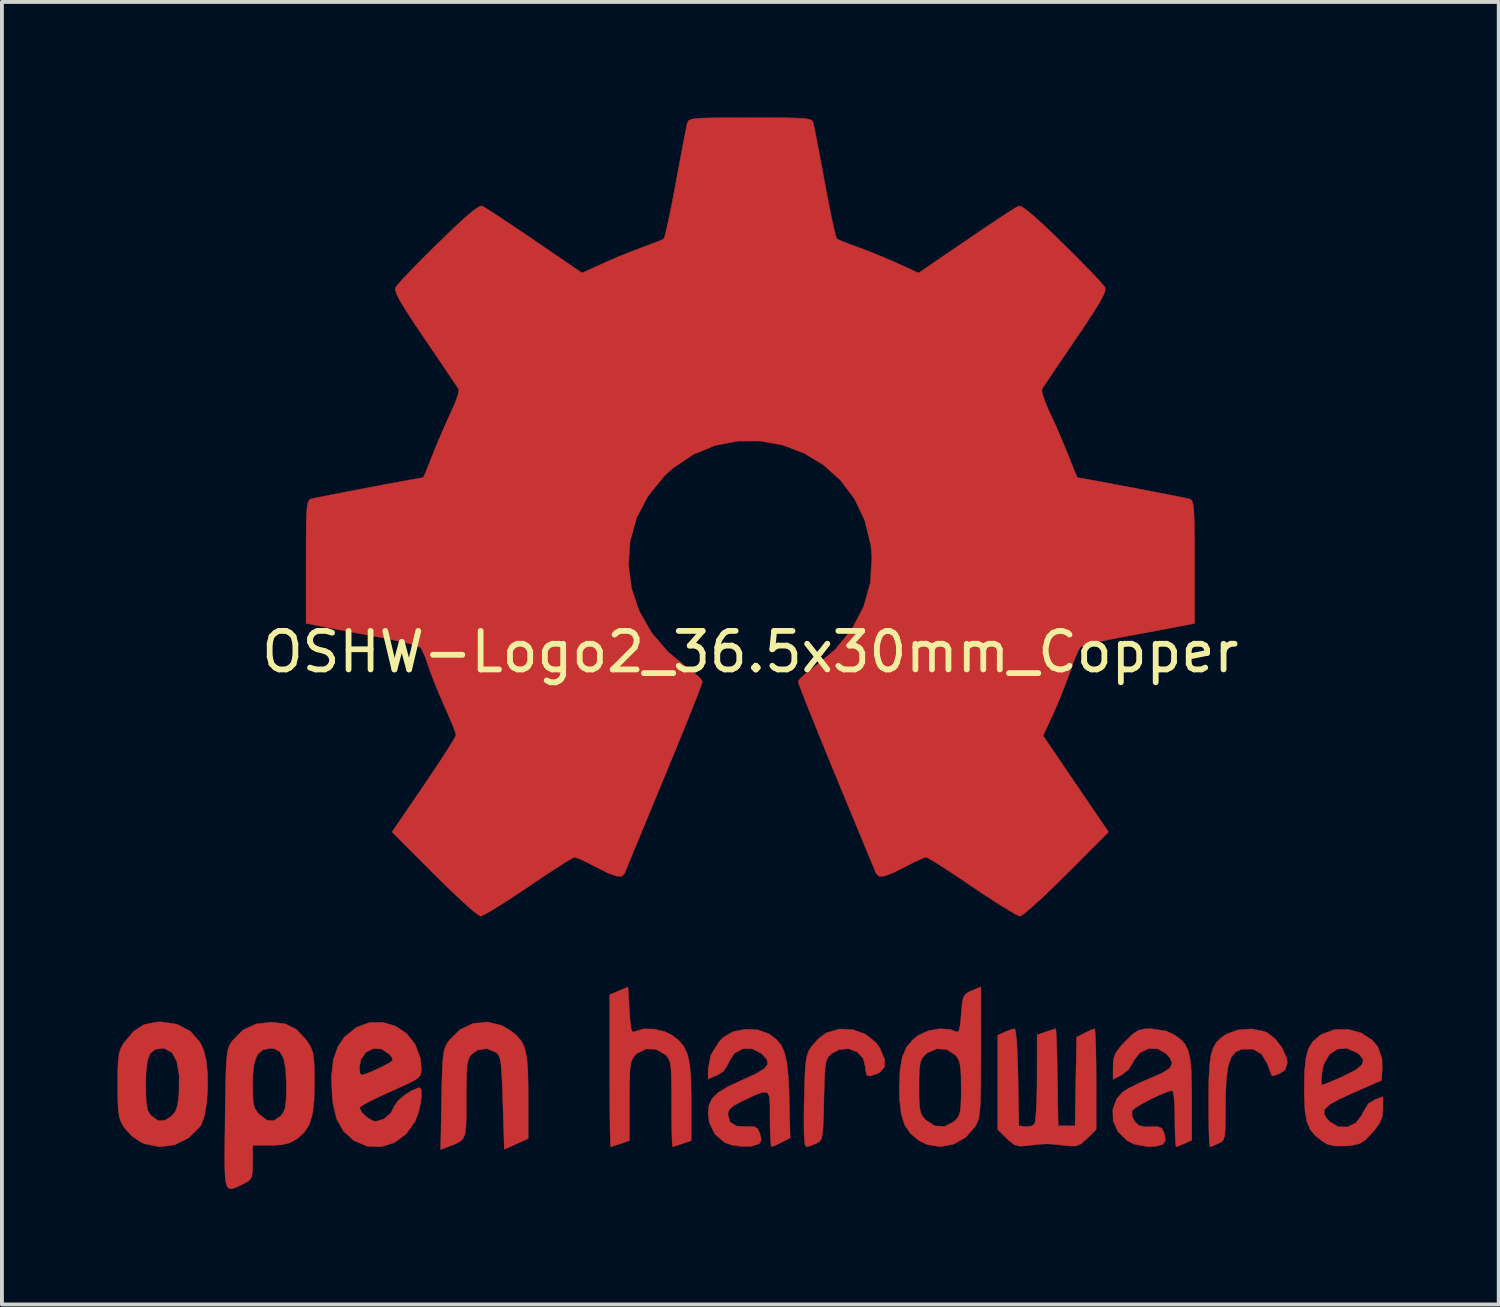
<source format=kicad_pcb>
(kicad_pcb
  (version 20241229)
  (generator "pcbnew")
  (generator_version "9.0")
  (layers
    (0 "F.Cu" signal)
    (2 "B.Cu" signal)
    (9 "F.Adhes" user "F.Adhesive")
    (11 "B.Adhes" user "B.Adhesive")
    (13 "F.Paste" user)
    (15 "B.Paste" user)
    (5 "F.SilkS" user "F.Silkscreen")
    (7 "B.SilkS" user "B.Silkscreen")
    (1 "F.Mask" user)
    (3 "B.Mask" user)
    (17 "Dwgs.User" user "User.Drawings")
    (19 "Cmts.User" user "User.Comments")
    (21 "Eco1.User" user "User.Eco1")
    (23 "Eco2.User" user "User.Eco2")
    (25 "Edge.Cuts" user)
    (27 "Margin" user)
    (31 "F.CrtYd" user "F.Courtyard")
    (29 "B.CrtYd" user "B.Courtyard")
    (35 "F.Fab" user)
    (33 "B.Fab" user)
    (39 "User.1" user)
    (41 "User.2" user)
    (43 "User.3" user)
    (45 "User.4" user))
  (footprint "OSHW-Logo2_36.5x30mm_Copper"
    (layer "F.Cu")
    (at 16.427 13.873)
    (property "Reference" "OSHW-Logo2_36.5x30mm_Copper" (at 0 0 0) (layer "F.SilkS") (effects (font (size 1 1) (thickness 0.15))))
    (attr exclude_from_pos_files exclude_from_bom allow_missing_courtyard)
    (fp_poly (pts (xy 13.339 9.85) (xy 13.426 9.888) (xy 13.635 10.053) (xy 13.813 10.292) (xy 13.923 10.546) (xy 13.941 10.671) (xy 13.881 10.847) (xy 13.749 10.939) (xy 13.608 10.995) (xy 13.543 11.006) (xy 13.511 10.931) (xy 13.449 10.767) (xy 13.422 10.694) (xy 13.269 10.438) (xy 13.047 10.311) (xy 12.763 10.315) (xy 12.742 10.32) (xy 12.59 10.392) (xy 12.479 10.532) (xy 12.403 10.758) (xy 12.357 11.086) (xy 12.337 11.535) (xy 12.335 11.774) (xy 12.334 12.15) (xy 12.328 12.406) (xy 12.312 12.569) (xy 12.281 12.665) (xy 12.23 12.719) (xy 12.154 12.759) (xy 12.149 12.761) (xy 12.003 12.823) (xy 11.93 12.846) (xy 11.919 12.777) (xy 11.909 12.587) (xy 11.902 12.299) (xy 11.898 11.938) (xy 11.897 11.675) (xy 11.901 11.164) (xy 11.918 10.777) (xy 11.954 10.49) (xy 12.014 10.281) (xy 12.105 10.128) (xy 12.232 10.008) (xy 12.357 9.923) (xy 12.658 9.812) (xy 13.009 9.786) (xy 13.339 9.85)) (stroke (width 0.01) (type solid)) (fill yes) (layer "F.Cu"))
    (fp_poly (pts (xy -6.456 9.694) (xy -6.222 9.83) (xy -6.059 9.964) (xy -5.94 10.105) (xy -5.858 10.277) (xy -5.806 10.506) (xy -5.778 10.816) (xy -5.767 11.233) (xy -5.766 11.532) (xy -5.766 12.634) (xy -6.076 12.773) (xy -6.386 12.912) (xy -6.423 11.705) (xy -6.438 11.254) (xy -6.454 10.927) (xy -6.473 10.701) (xy -6.5 10.554) (xy -6.536 10.464) (xy -6.585 10.407) (xy -6.601 10.395) (xy -6.84 10.299) (xy -7.082 10.337) (xy -7.226 10.437) (xy -7.284 10.508) (xy -7.325 10.602) (xy -7.351 10.743) (xy -7.365 10.958) (xy -7.371 11.274) (xy -7.372 11.603) (xy -7.372 12.015) (xy -7.379 12.307) (xy -7.403 12.504) (xy -7.453 12.631) (xy -7.539 12.714) (xy -7.67 12.779) (xy -7.846 12.846) (xy -8.038 12.919) (xy -8.015 11.623) (xy -8.006 11.156) (xy -7.995 10.811) (xy -7.98 10.564) (xy -7.956 10.39) (xy -7.922 10.266) (xy -7.874 10.168) (xy -7.816 10.081) (xy -7.537 9.804) (xy -7.196 9.644) (xy -6.825 9.606) (xy -6.456 9.694)) (stroke (width 0.01) (type solid)) (fill yes) (layer "F.Cu"))
    (fp_poly (pts (xy 2.665 9.805) (xy 2.996 9.927) (xy 3.265 10.144) (xy 3.37 10.296) (xy 3.485 10.575) (xy 3.482 10.778) (xy 3.362 10.913) (xy 3.318 10.937) (xy 3.126 11.009) (xy 3.027 10.99) (xy 2.994 10.869) (xy 2.993 10.802) (xy 2.932 10.556) (xy 2.773 10.384) (xy 2.553 10.301) (xy 2.307 10.322) (xy 2.107 10.431) (xy 2.039 10.493) (xy 1.991 10.568) (xy 1.959 10.681) (xy 1.938 10.859) (xy 1.924 11.125) (xy 1.913 11.505) (xy 1.911 11.626) (xy 1.901 12.038) (xy 1.889 12.328) (xy 1.872 12.52) (xy 1.846 12.637) (xy 1.804 12.705) (xy 1.745 12.746) (xy 1.707 12.764) (xy 1.544 12.826) (xy 1.449 12.846) (xy 1.417 12.778) (xy 1.398 12.572) (xy 1.391 12.225) (xy 1.396 11.735) (xy 1.398 11.66) (xy 1.409 11.213) (xy 1.422 10.887) (xy 1.44 10.656) (xy 1.468 10.495) (xy 1.508 10.377) (xy 1.564 10.278) (xy 1.593 10.236) (xy 1.762 10.048) (xy 1.95 9.902) (xy 1.973 9.889) (xy 2.31 9.788) (xy 2.665 9.805)) (stroke (width 0.01) (type solid)) (fill yes) (layer "F.Cu"))
    (fp_poly (pts (xy 8.95 9.85) (xy 8.961 10.042) (xy 8.97 10.333) (xy 8.976 10.702) (xy 8.978 11.089) (xy 8.978 12.397) (xy 8.747 12.628) (xy 8.587 12.77) (xy 8.448 12.828) (xy 8.257 12.824) (xy 8.181 12.815) (xy 7.944 12.788) (xy 7.748 12.772) (xy 7.7 12.771) (xy 7.539 12.78) (xy 7.309 12.804) (xy 7.22 12.815) (xy 7 12.832) (xy 6.853 12.795) (xy 6.707 12.68) (xy 6.654 12.628) (xy 6.423 12.397) (xy 6.423 9.95) (xy 6.609 9.865) (xy 6.769 9.802) (xy 6.863 9.78) (xy 6.887 9.85) (xy 6.909 10.044) (xy 6.928 10.341) (xy 6.943 10.72) (xy 6.95 11.04) (xy 6.97 12.299) (xy 7.145 12.323) (xy 7.303 12.306) (xy 7.381 12.25) (xy 7.402 12.146) (xy 7.421 11.924) (xy 7.435 11.612) (xy 7.443 11.239) (xy 7.444 11.047) (xy 7.445 9.941) (xy 7.675 9.861) (xy 7.837 9.806) (xy 7.926 9.781) (xy 7.928 9.78) (xy 7.937 9.85) (xy 7.947 10.041) (xy 7.957 10.331) (xy 7.966 10.697) (xy 7.972 11.04) (xy 7.992 12.299) (xy 8.43 12.299) (xy 8.45 11.15) (xy 8.47 10.001) (xy 8.684 9.891) (xy 8.841 9.815) (xy 8.935 9.781) (xy 8.937 9.78) (xy 8.95 9.85)) (stroke (width 0.01) (type solid)) (fill yes) (layer "F.Cu"))
    (fp_poly (pts (xy -3.139 9.31) (xy -3.117 9.608) (xy -3.093 9.784) (xy -3.059 9.86) (xy -3.009 9.861) (xy -2.993 9.852) (xy -2.778 9.786) (xy -2.498 9.79) (xy -2.214 9.858) (xy -2.036 9.946) (xy -1.854 10.087) (xy -1.721 10.246) (xy -1.629 10.449) (xy -1.572 10.719) (xy -1.543 11.081) (xy -1.533 11.561) (xy -1.533 11.653) (xy -1.533 12.686) (xy -1.763 12.766) (xy -1.926 12.82) (xy -2.015 12.846) (xy -2.018 12.846) (xy -2.027 12.777) (xy -2.034 12.587) (xy -2.04 12.301) (xy -2.043 11.944) (xy -2.044 11.727) (xy -2.045 11.299) (xy -2.05 10.993) (xy -2.063 10.783) (xy -2.086 10.644) (xy -2.124 10.553) (xy -2.178 10.483) (xy -2.213 10.45) (xy -2.448 10.316) (xy -2.704 10.306) (xy -2.937 10.419) (xy -2.98 10.46) (xy -3.043 10.537) (xy -3.087 10.629) (xy -3.115 10.761) (xy -3.13 10.96) (xy -3.137 11.253) (xy -3.139 11.657) (xy -3.139 12.686) (xy -3.368 12.766) (xy -3.532 12.82) (xy -3.621 12.846) (xy -3.624 12.846) (xy -3.631 12.776) (xy -3.637 12.579) (xy -3.642 12.274) (xy -3.646 11.879) (xy -3.648 11.413) (xy -3.649 10.895) (xy -3.649 10.872) (xy -3.649 8.898) (xy -3.412 8.797) (xy -3.175 8.697) (xy -3.139 9.31)) (stroke (width 0.01) (type solid)) (fill yes) (layer "F.Cu"))
    (fp_poly (pts (xy -14.879 9.665) (xy -14.537 9.845) (xy -14.285 10.134) (xy -14.195 10.321) (xy -14.125 10.6) (xy -14.09 10.953) (xy -14.086 11.338) (xy -14.114 11.715) (xy -14.17 12.041) (xy -14.253 12.275) (xy -14.278 12.315) (xy -14.582 12.616) (xy -14.942 12.796) (xy -15.332 12.849) (xy -15.727 12.767) (xy -15.837 12.718) (xy -16.051 12.568) (xy -16.239 12.368) (xy -16.257 12.343) (xy -16.329 12.22) (xy -16.377 12.09) (xy -16.405 11.918) (xy -16.418 11.672) (xy -16.422 11.319) (xy -16.422 11.24) (xy -16.422 11.215) (xy -15.693 11.215) (xy -15.688 11.548) (xy -15.672 11.769) (xy -15.636 11.912) (xy -15.577 12.01) (xy -15.547 12.043) (xy -15.372 12.168) (xy -15.202 12.162) (xy -15.031 12.054) (xy -14.929 11.938) (xy -14.868 11.77) (xy -14.834 11.504) (xy -14.832 11.473) (xy -14.826 10.99) (xy -14.887 10.632) (xy -15.013 10.4) (xy -15.204 10.297) (xy -15.272 10.291) (xy -15.451 10.32) (xy -15.574 10.418) (xy -15.649 10.606) (xy -15.685 10.903) (xy -15.693 11.215) (xy -16.422 11.215) (xy -16.42 10.864) (xy -16.408 10.601) (xy -16.383 10.419) (xy -16.34 10.285) (xy -16.273 10.167) (xy -16.258 10.145) (xy -16.01 9.848) (xy -15.739 9.675) (xy -15.41 9.607) (xy -15.298 9.603) (xy -14.879 9.665)) (stroke (width 0.01) (type solid)) (fill yes) (layer "F.Cu"))
    (fp_poly (pts (xy 15.859 9.891) (xy 16.147 10.08) (xy 16.287 10.249) (xy 16.397 10.556) (xy 16.406 10.798) (xy 16.386 11.123) (xy 15.638 11.45) (xy 15.274 11.617) (xy 15.036 11.752) (xy 14.913 11.869) (xy 14.891 11.982) (xy 14.96 12.106) (xy 15.036 12.189) (xy 15.256 12.322) (xy 15.495 12.331) (xy 15.716 12.228) (xy 15.877 12.022) (xy 15.906 11.95) (xy 16.045 11.724) (xy 16.204 11.627) (xy 16.422 11.545) (xy 16.422 11.858) (xy 16.403 12.07) (xy 16.327 12.25) (xy 16.169 12.456) (xy 16.145 12.483) (xy 15.969 12.666) (xy 15.817 12.764) (xy 15.627 12.81) (xy 15.47 12.824) (xy 15.189 12.828) (xy 14.988 12.781) (xy 14.863 12.712) (xy 14.667 12.559) (xy 14.531 12.394) (xy 14.445 12.186) (xy 14.398 11.906) (xy 14.381 11.522) (xy 14.379 11.328) (xy 14.384 11.095) (xy 14.825 11.095) (xy 14.83 11.22) (xy 14.843 11.24) (xy 14.927 11.212) (xy 15.108 11.139) (xy 15.349 11.034) (xy 15.4 11.011) (xy 15.706 10.856) (xy 15.874 10.72) (xy 15.911 10.592) (xy 15.822 10.462) (xy 15.749 10.405) (xy 15.486 10.291) (xy 15.239 10.31) (xy 15.032 10.449) (xy 14.889 10.697) (xy 14.843 10.894) (xy 14.825 11.095) (xy 14.384 11.095) (xy 14.389 10.873) (xy 14.423 10.537) (xy 14.492 10.292) (xy 14.604 10.112) (xy 14.767 9.97) (xy 14.838 9.923) (xy 15.162 9.804) (xy 15.516 9.796) (xy 15.859 9.891)) (stroke (width 0.01) (type solid)) (fill yes) (layer "F.Cu"))
    (fp_poly (pts (xy 5.985 10.386) (xy 5.984 10.932) (xy 5.98 11.351) (xy 5.973 11.665) (xy 5.959 11.893) (xy 5.938 12.056) (xy 5.909 12.173) (xy 5.869 12.265) (xy 5.839 12.317) (xy 5.591 12.602) (xy 5.276 12.78) (xy 4.928 12.844) (xy 4.58 12.785) (xy 4.372 12.68) (xy 4.154 12.499) (xy 4.005 12.277) (xy 3.916 11.986) (xy 3.874 11.598) (xy 3.869 11.313) (xy 3.869 11.293) (xy 4.379 11.293) (xy 4.382 11.619) (xy 4.397 11.835) (xy 4.43 11.977) (xy 4.488 12.079) (xy 4.558 12.156) (xy 4.794 12.305) (xy 5.047 12.317) (xy 5.287 12.193) (xy 5.305 12.176) (xy 5.385 12.089) (xy 5.435 11.985) (xy 5.461 11.829) (xy 5.472 11.589) (xy 5.474 11.323) (xy 5.47 10.99) (xy 5.455 10.767) (xy 5.421 10.621) (xy 5.363 10.516) (xy 5.315 10.46) (xy 5.094 10.32) (xy 4.839 10.303) (xy 4.595 10.41) (xy 4.548 10.45) (xy 4.468 10.538) (xy 4.418 10.644) (xy 4.391 10.801) (xy 4.381 11.044) (xy 4.379 11.293) (xy 3.869 11.293) (xy 3.886 10.855) (xy 3.946 10.51) (xy 4.059 10.252) (xy 4.235 10.05) (xy 4.372 9.946) (xy 4.621 9.834) (xy 4.91 9.782) (xy 5.178 9.796) (xy 5.328 9.852) (xy 5.387 9.868) (xy 5.426 9.809) (xy 5.453 9.649) (xy 5.474 9.407) (xy 5.497 9.136) (xy 5.528 8.974) (xy 5.585 8.881) (xy 5.685 8.819) (xy 5.748 8.792) (xy 5.985 8.693) (xy 5.985 10.386)) (stroke (width 0.01) (type solid)) (fill yes) (layer "F.Cu"))
    (fp_poly (pts (xy -9.211 9.712) (xy -8.923 9.905) (xy -8.701 10.185) (xy -8.568 10.541) (xy -8.541 10.803) (xy -8.544 10.912) (xy -8.57 10.995) (xy -8.64 11.07) (xy -8.777 11.154) (xy -9.003 11.262) (xy -9.341 11.412) (xy -9.343 11.413) (xy -9.653 11.555) (xy -9.908 11.681) (xy -10.081 11.778) (xy -10.145 11.832) (xy -10.145 11.832) (xy -10.088 11.949) (xy -9.955 12.078) (xy -9.801 12.171) (xy -9.724 12.189) (xy -9.512 12.125) (xy -9.329 11.966) (xy -9.24 11.79) (xy -9.155 11.661) (xy -8.987 11.514) (xy -8.789 11.386) (xy -8.615 11.317) (xy -8.579 11.313) (xy -8.538 11.376) (xy -8.536 11.536) (xy -8.566 11.751) (xy -8.622 11.981) (xy -8.7 12.183) (xy -8.704 12.191) (xy -8.937 12.517) (xy -9.239 12.738) (xy -9.582 12.847) (xy -9.939 12.834) (xy -10.28 12.692) (xy -10.295 12.682) (xy -10.563 12.438) (xy -10.74 12.121) (xy -10.837 11.704) (xy -10.85 11.587) (xy -10.874 11.033) (xy -10.846 10.775) (xy -10.145 10.775) (xy -10.136 10.936) (xy -10.087 10.983) (xy -9.962 10.948) (xy -9.767 10.865) (xy -9.548 10.761) (xy -9.543 10.758) (xy -9.357 10.661) (xy -9.283 10.596) (xy -9.301 10.527) (xy -9.379 10.438) (xy -9.575 10.308) (xy -9.787 10.299) (xy -9.976 10.393) (xy -10.108 10.575) (xy -10.145 10.775) (xy -10.846 10.775) (xy -10.826 10.591) (xy -10.703 10.24) (xy -10.533 9.994) (xy -10.225 9.745) (xy -9.886 9.622) (xy -9.54 9.614) (xy -9.211 9.712)) (stroke (width 0.01) (type solid)) (fill yes) (layer "F.Cu"))
    (fp_poly (pts (xy 0.2 9.811) (xy 0.486 9.917) (xy 0.489 9.919) (xy 0.666 10.049) (xy 0.797 10.201) (xy 0.888 10.4) (xy 0.949 10.668) (xy 0.986 11.031) (xy 1.007 11.513) (xy 1.009 11.582) (xy 1.035 12.616) (xy 0.813 12.731) (xy 0.653 12.809) (xy 0.556 12.846) (xy 0.551 12.846) (xy 0.534 12.778) (xy 0.521 12.595) (xy 0.513 12.328) (xy 0.511 12.111) (xy 0.511 11.76) (xy 0.495 11.54) (xy 0.439 11.435) (xy 0.319 11.43) (xy 0.112 11.509) (xy -0.201 11.656) (xy -0.431 11.777) (xy -0.549 11.882) (xy -0.584 11.997) (xy -0.584 12.003) (xy -0.527 12.201) (xy -0.357 12.308) (xy -0.097 12.323) (xy 0.091 12.32) (xy 0.19 12.374) (xy 0.251 12.504) (xy 0.287 12.669) (xy 0.236 12.763) (xy 0.216 12.776) (xy 0.035 12.83) (xy -0.218 12.838) (xy -0.48 12.802) (xy -0.665 12.737) (xy -0.921 12.519) (xy -1.066 12.217) (xy -1.095 11.981) (xy -1.073 11.768) (xy -0.993 11.594) (xy -0.836 11.439) (xy -0.58 11.284) (xy -0.205 11.11) (xy -0.182 11.1) (xy 0.155 10.944) (xy 0.363 10.816) (xy 0.452 10.701) (xy 0.433 10.584) (xy 0.315 10.45) (xy 0.28 10.419) (xy 0.043 10.299) (xy -0.201 10.304) (xy -0.415 10.422) (xy -0.556 10.639) (xy -0.569 10.682) (xy -0.697 10.889) (xy -0.86 10.988) (xy -1.095 11.087) (xy -1.095 10.832) (xy -1.023 10.46) (xy -0.811 10.119) (xy -0.701 10.005) (xy -0.45 9.859) (xy -0.131 9.793) (xy 0.2 9.811)) (stroke (width 0.01) (type solid)) (fill yes) (layer "F.Cu"))
    (fp_poly (pts (xy -12.07 9.655) (xy -11.791 9.794) (xy -11.545 10.05) (xy -11.477 10.145) (xy -11.404 10.269) (xy -11.356 10.404) (xy -11.328 10.583) (xy -11.316 10.843) (xy -11.313 11.185) (xy -11.325 11.655) (xy -11.368 12.007) (xy -11.45 12.27) (xy -11.579 12.471) (xy -11.765 12.637) (xy -11.778 12.647) (xy -11.962 12.747) (xy -12.182 12.797) (xy -12.463 12.809) (xy -12.919 12.809) (xy -12.919 13.252) (xy -12.923 13.499) (xy -12.949 13.643) (xy -13.016 13.73) (xy -13.146 13.803) (xy -13.177 13.818) (xy -13.322 13.888) (xy -13.435 13.932) (xy -13.519 13.935) (xy -13.577 13.884) (xy -13.615 13.764) (xy -13.636 13.56) (xy -13.644 13.257) (xy -13.643 12.841) (xy -13.636 12.297) (xy -13.634 12.134) (xy -13.627 11.574) (xy -13.62 11.207) (xy -12.919 11.207) (xy -12.915 11.518) (xy -12.898 11.722) (xy -12.858 11.856) (xy -12.788 11.96) (xy -12.74 12.01) (xy -12.545 12.157) (xy -12.372 12.169) (xy -12.194 12.048) (xy -12.189 12.043) (xy -12.117 11.949) (xy -12.072 11.821) (xy -12.05 11.624) (xy -12.043 11.323) (xy -12.043 11.256) (xy -12.06 10.841) (xy -12.114 10.554) (xy -12.213 10.378) (xy -12.362 10.299) (xy -12.449 10.291) (xy -12.653 10.329) (xy -12.794 10.451) (xy -12.879 10.676) (xy -12.916 11.019) (xy -12.919 11.207) (xy -13.62 11.207) (xy -13.619 11.14) (xy -13.609 10.813) (xy -13.595 10.575) (xy -13.576 10.406) (xy -13.548 10.286) (xy -13.511 10.197) (xy -13.463 10.119) (xy -13.442 10.09) (xy -13.168 9.812) (xy -12.822 9.655) (xy -12.421 9.611) (xy -12.07 9.655)) (stroke (width 0.01) (type solid)) (fill yes) (layer "F.Cu"))
    (fp_poly (pts (xy 10.786 9.838) (xy 10.996 9.933) (xy 11.161 10.049) (xy 11.282 10.179) (xy 11.365 10.346) (xy 11.418 10.574) (xy 11.447 10.888) (xy 11.458 11.311) (xy 11.459 11.59) (xy 11.459 12.677) (xy 11.273 12.761) (xy 11.127 12.823) (xy 11.054 12.846) (xy 11.04 12.778) (xy 11.029 12.595) (xy 11.023 12.328) (xy 11.021 12.116) (xy 11.015 11.81) (xy 10.999 11.567) (xy 10.974 11.418) (xy 10.955 11.386) (xy 10.826 11.419) (xy 10.623 11.501) (xy 10.388 11.614) (xy 10.162 11.734) (xy 9.988 11.842) (xy 9.907 11.917) (xy 9.906 11.917) (xy 9.913 12.055) (xy 9.976 12.186) (xy 10.086 12.292) (xy 10.247 12.328) (xy 10.385 12.324) (xy 10.58 12.321) (xy 10.682 12.366) (xy 10.743 12.487) (xy 10.751 12.51) (xy 10.778 12.681) (xy 10.706 12.786) (xy 10.521 12.836) (xy 10.32 12.845) (xy 9.96 12.777) (xy 9.773 12.679) (xy 9.542 12.45) (xy 9.42 12.169) (xy 9.409 11.873) (xy 9.513 11.596) (xy 9.668 11.423) (xy 9.823 11.326) (xy 10.067 11.203) (xy 10.352 11.078) (xy 10.399 11.059) (xy 10.711 10.921) (xy 10.891 10.8) (xy 10.949 10.679) (xy 10.895 10.543) (xy 10.802 10.437) (xy 10.583 10.307) (xy 10.341 10.297) (xy 10.12 10.398) (xy 9.96 10.598) (xy 9.94 10.65) (xy 9.818 10.841) (xy 9.64 10.982) (xy 9.416 11.098) (xy 9.416 10.769) (xy 9.429 10.568) (xy 9.485 10.409) (xy 9.611 10.24) (xy 9.731 10.11) (xy 9.919 9.926) (xy 10.065 9.827) (xy 10.221 9.787) (xy 10.398 9.78) (xy 10.786 9.838)) (stroke (width 0.01) (type solid)) (fill yes) (layer "F.Cu"))
    (fp_poly (pts (xy 0.523 -13.868) (xy 0.918 -13.865) (xy 1.203 -13.859) (xy 1.399 -13.848) (xy 1.521 -13.829) (xy 1.59 -13.801) (xy 1.624 -13.762) (xy 1.641 -13.71) (xy 1.642 -13.704) (xy 1.667 -13.582) (xy 1.714 -13.343) (xy 1.777 -13.011) (xy 1.852 -12.611) (xy 1.934 -12.171) (xy 1.937 -12.155) (xy 2.019 -11.723) (xy 2.095 -11.341) (xy 2.162 -11.033) (xy 2.213 -10.82) (xy 2.244 -10.727) (xy 2.246 -10.725) (xy 2.337 -10.68) (xy 2.526 -10.604) (xy 2.772 -10.514) (xy 2.774 -10.513) (xy 3.083 -10.397) (xy 3.448 -10.249) (xy 3.792 -10.1) (xy 3.808 -10.092) (xy 4.368 -9.838) (xy 5.609 -10.685) (xy 5.99 -10.944) (xy 6.334 -11.174) (xy 6.623 -11.365) (xy 6.836 -11.502) (xy 6.954 -11.572) (xy 6.965 -11.577) (xy 7.05 -11.554) (xy 7.21 -11.442) (xy 7.449 -11.237) (xy 7.775 -10.933) (xy 8.108 -10.609) (xy 8.429 -10.291) (xy 8.716 -10) (xy 8.953 -9.755) (xy 9.121 -9.574) (xy 9.203 -9.474) (xy 9.206 -9.469) (xy 9.215 -9.401) (xy 9.181 -9.289) (xy 9.095 -9.12) (xy 8.948 -8.877) (xy 8.733 -8.545) (xy 8.445 -8.119) (xy 8.191 -7.743) (xy 7.963 -7.407) (xy 7.775 -7.128) (xy 7.641 -6.927) (xy 7.573 -6.824) (xy 7.569 -6.817) (xy 7.577 -6.718) (xy 7.64 -6.526) (xy 7.744 -6.276) (xy 7.782 -6.197) (xy 7.944 -5.842) (xy 8.118 -5.439) (xy 8.259 -5.091) (xy 8.361 -4.832) (xy 8.441 -4.636) (xy 8.488 -4.533) (xy 8.494 -4.525) (xy 8.58 -4.512) (xy 8.782 -4.476) (xy 9.073 -4.423) (xy 9.428 -4.356) (xy 9.818 -4.283) (xy 10.217 -4.207) (xy 10.598 -4.134) (xy 10.934 -4.068) (xy 11.198 -4.016) (xy 11.364 -3.981) (xy 11.404 -3.972) (xy 11.446 -3.948) (xy 11.478 -3.894) (xy 11.501 -3.791) (xy 11.516 -3.622) (xy 11.526 -3.368) (xy 11.53 -3.011) (xy 11.532 -2.532) (xy 11.532 -2.336) (xy 11.532 -0.74) (xy 11.149 -0.665) (xy 10.936 -0.624) (xy 10.618 -0.564) (xy 10.233 -0.492) (xy 9.821 -0.416) (xy 9.707 -0.395) (xy 9.327 -0.322) (xy 8.996 -0.249) (xy 8.742 -0.184) (xy 8.592 -0.134) (xy 8.567 -0.119) (xy 8.506 -0.014) (xy 8.418 0.191) (xy 8.32 0.454) (xy 8.301 0.511) (xy 8.173 0.863) (xy 8.015 1.259) (xy 7.86 1.616) (xy 7.859 1.617) (xy 7.601 2.176) (xy 8.45 3.426) (xy 9.3 4.676) (xy 8.209 5.768) (xy 7.879 6.093) (xy 7.578 6.38) (xy 7.323 6.613) (xy 7.131 6.777) (xy 7.018 6.856) (xy 7.002 6.861) (xy 6.908 6.821) (xy 6.714 6.711) (xy 6.443 6.544) (xy 6.116 6.332) (xy 5.763 6.095) (xy 5.404 5.852) (xy 5.084 5.642) (xy 4.823 5.476) (xy 4.641 5.367) (xy 4.56 5.328) (xy 4.461 5.361) (xy 4.274 5.447) (xy 4.036 5.568) (xy 4.011 5.582) (xy 3.691 5.742) (xy 3.472 5.821) (xy 3.335 5.822) (xy 3.264 5.749) (xy 3.264 5.748) (xy 3.228 5.661) (xy 3.143 5.456) (xy 3.016 5.147) (xy 2.852 4.751) (xy 2.659 4.284) (xy 2.443 3.762) (xy 2.234 3.256) (xy 2.004 2.698) (xy 1.793 2.181) (xy 1.607 1.721) (xy 1.452 1.334) (xy 1.336 1.035) (xy 1.263 0.841) (xy 1.241 0.768) (xy 1.297 0.685) (xy 1.444 0.553) (xy 1.639 0.407) (xy 2.196 -0.055) (xy 2.632 -0.585) (xy 2.94 -1.17) (xy 3.117 -1.801) (xy 3.156 -2.467) (xy 3.128 -2.774) (xy 2.972 -3.411) (xy 2.705 -3.973) (xy 2.342 -4.455) (xy 1.9 -4.852) (xy 1.396 -5.158) (xy 0.846 -5.367) (xy 0.267 -5.474) (xy -0.324 -5.473) (xy -0.912 -5.359) (xy -1.48 -5.126) (xy -2.01 -4.769) (xy -2.231 -4.567) (xy -2.655 -4.047) (xy -2.951 -3.48) (xy -3.119 -2.881) (xy -3.163 -2.267) (xy -3.084 -1.655) (xy -2.883 -1.06) (xy -2.564 -0.5) (xy -2.127 0.008) (xy -1.639 0.407) (xy -1.436 0.559) (xy -1.292 0.69) (xy -1.241 0.769) (xy -1.268 0.854) (xy -1.345 1.059) (xy -1.465 1.366) (xy -1.623 1.761) (xy -1.812 2.227) (xy -2.025 2.748) (xy -2.234 3.256) (xy -2.466 3.815) (xy -2.68 4.332) (xy -2.87 4.793) (xy -3.031 5.181) (xy -3.154 5.48) (xy -3.234 5.675) (xy -3.264 5.748) (xy -3.334 5.822) (xy -3.47 5.821) (xy -3.689 5.743) (xy -4.008 5.583) (xy -4.011 5.582) (xy -4.251 5.458) (xy -4.446 5.367) (xy -4.556 5.329) (xy -4.56 5.328) (xy -4.643 5.368) (xy -4.825 5.477) (xy -5.087 5.644) (xy -5.407 5.855) (xy -5.763 6.095) (xy -6.124 6.337) (xy -6.45 6.548) (xy -6.72 6.715) (xy -6.911 6.823) (xy -7.002 6.861) (xy -7.086 6.811) (xy -7.256 6.672) (xy -7.493 6.459) (xy -7.781 6.188) (xy -8.104 5.873) (xy -8.209 5.768) (xy -9.301 4.675) (xy -8.47 3.456) (xy -8.218 3.082) (xy -7.996 2.746) (xy -7.818 2.467) (xy -7.695 2.267) (xy -7.641 2.163) (xy -7.639 2.155) (xy -7.668 2.057) (xy -7.745 1.86) (xy -7.857 1.596) (xy -7.936 1.42) (xy -8.083 1.082) (xy -8.222 0.741) (xy -8.329 0.453) (xy -8.358 0.365) (xy -8.441 0.13) (xy -8.522 -0.051) (xy -8.567 -0.119) (xy -8.665 -0.161) (xy -8.879 -0.221) (xy -9.182 -0.291) (xy -9.545 -0.365) (xy -9.707 -0.395) (xy -10.12 -0.471) (xy -10.516 -0.545) (xy -10.856 -0.609) (xy -11.103 -0.656) (xy -11.149 -0.665) (xy -11.532 -0.74) (xy -11.532 -2.336) (xy -11.531 -2.861) (xy -11.528 -3.258) (xy -11.52 -3.545) (xy -11.507 -3.741) (xy -11.487 -3.865) (xy -11.458 -3.933) (xy -11.42 -3.966) (xy -11.404 -3.972) (xy -11.31 -3.993) (xy -11.1 -4.035) (xy -10.804 -4.094) (xy -10.446 -4.163) (xy -10.054 -4.238) (xy -9.656 -4.313) (xy -9.277 -4.385) (xy -8.945 -4.446) (xy -8.687 -4.493) (xy -8.529 -4.521) (xy -8.494 -4.525) (xy -8.462 -4.588) (xy -8.391 -4.756) (xy -8.296 -4.997) (xy -8.259 -5.091) (xy -8.111 -5.455) (xy -7.938 -5.858) (xy -7.782 -6.197) (xy -7.667 -6.456) (xy -7.591 -6.669) (xy -7.566 -6.8) (xy -7.57 -6.817) (xy -7.623 -6.9) (xy -7.746 -7.083) (xy -7.925 -7.349) (xy -8.146 -7.676) (xy -8.397 -8.045) (xy -8.446 -8.118) (xy -8.737 -8.55) (xy -8.951 -8.879) (xy -9.097 -9.121) (xy -9.182 -9.289) (xy -9.216 -9.4) (xy -9.207 -9.468) (xy -9.206 -9.468) (xy -9.134 -9.558) (xy -8.975 -9.732) (xy -8.745 -9.971) (xy -8.462 -10.258) (xy -8.144 -10.574) (xy -8.108 -10.609) (xy -7.707 -10.998) (xy -7.398 -11.283) (xy -7.174 -11.47) (xy -7.029 -11.565) (xy -6.965 -11.577) (xy -6.872 -11.523) (xy -6.678 -11.401) (xy -6.405 -11.221) (xy -6.071 -10.998) (xy -5.696 -10.745) (xy -5.609 -10.685) (xy -4.368 -9.838) (xy -3.808 -10.092) (xy -3.468 -10.241) (xy -3.102 -10.39) (xy -2.787 -10.508) (xy -2.774 -10.513) (xy -2.528 -10.603) (xy -2.338 -10.679) (xy -2.246 -10.725) (xy -2.246 -10.725) (xy -2.216 -10.808) (xy -2.166 -11.012) (xy -2.101 -11.313) (xy -2.025 -11.69) (xy -1.943 -12.119) (xy -1.937 -12.155) (xy -1.855 -12.597) (xy -1.78 -12.998) (xy -1.716 -13.333) (xy -1.669 -13.576) (xy -1.643 -13.702) (xy -1.642 -13.704) (xy -1.626 -13.757) (xy -1.596 -13.798) (xy -1.531 -13.827) (xy -1.416 -13.846) (xy -1.229 -13.859) (xy -0.955 -13.865) (xy -0.573 -13.867) (xy -0.066 -13.868) (xy 0 -13.868) (xy 0.523 -13.868)) (stroke (width 0.01) (type solid)) (fill yes) (layer "F.Cu")))
  (gr_rect
    (start -3 -3)
    (end 35.855 30.813)
    (stroke (width 0.1) (type default))
    (fill no)
    (layer "Edge.Cuts")))
</source>
